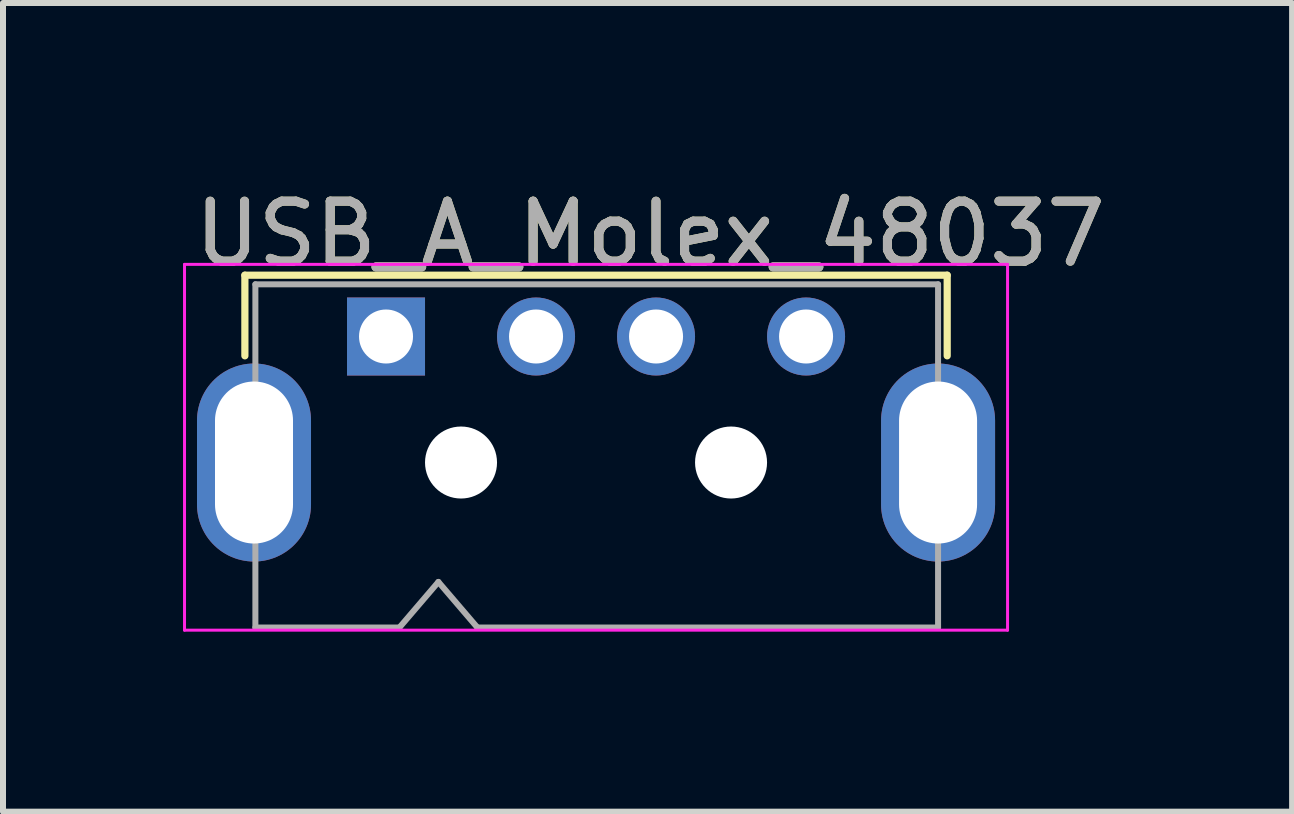
<source format=kicad_pcb>
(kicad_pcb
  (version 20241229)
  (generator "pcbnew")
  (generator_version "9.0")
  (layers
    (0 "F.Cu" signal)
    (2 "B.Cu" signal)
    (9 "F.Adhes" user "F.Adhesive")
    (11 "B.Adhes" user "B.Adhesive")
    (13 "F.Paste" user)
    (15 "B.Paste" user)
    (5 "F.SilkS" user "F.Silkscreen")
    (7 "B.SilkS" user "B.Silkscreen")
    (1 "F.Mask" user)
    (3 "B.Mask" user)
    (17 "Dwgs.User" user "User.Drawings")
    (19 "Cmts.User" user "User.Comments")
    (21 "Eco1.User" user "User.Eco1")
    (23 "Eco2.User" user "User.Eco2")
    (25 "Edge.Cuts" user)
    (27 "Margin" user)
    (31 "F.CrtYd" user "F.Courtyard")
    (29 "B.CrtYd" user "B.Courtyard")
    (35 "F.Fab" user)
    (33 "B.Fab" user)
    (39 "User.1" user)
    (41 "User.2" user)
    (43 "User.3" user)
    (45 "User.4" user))
  (footprint "USB_A_Molex_48037"
    (layer "F.Cu")
    (at 6.883 4.658)
    (property "Reference" "USB_A_Molex_48037" (at 0.904 -3.81 0) (layer "F.SilkS") (effects (font (size 1 1) (thickness 0.15))))
    (attr through_hole)
    (fp_line (start -5.852 -3.122) (end -5.852 -1.778) (stroke (width 0.12) (type solid)) (layer "F.SilkS"))
    (fp_line (start -5.852 -3.122) (end 5.852 -3.122) (stroke (width 0.12) (type solid)) (layer "F.SilkS"))
    (fp_line (start 5.852 -3.122) (end 5.852 -1.778) (stroke (width 0.12) (type solid)) (layer "F.SilkS"))
    (fp_line (start -6.858 -3.302) (end 6.858 -3.302) (stroke (width 0.05) (type solid)) (layer "F.CrtYd"))
    (fp_line (start -6.858 2.794) (end -6.858 -3.302) (stroke (width 0.05) (type solid)) (layer "F.CrtYd"))
    (fp_line (start 6.858 -3.302) (end 6.858 2.794) (stroke (width 0.05) (type solid)) (layer "F.CrtYd"))
    (fp_line (start 6.858 2.794) (end -6.858 2.794) (stroke (width 0.05) (type solid)) (layer "F.CrtYd"))
    (fp_line (start -5.677 -2.97) (end 5.7 -2.97) (stroke (width 0.1) (type solid)) (layer "F.Fab"))
    (fp_line (start -5.677 2.75) (end -5.677 -2.97) (stroke (width 0.1) (type solid)) (layer "F.Fab"))
    (fp_line (start -3.277 2.75) (end -5.677 2.75) (stroke (width 0.1) (type solid)) (layer "F.Fab"))
    (fp_line (start -3.277 2.75) (end -2.627 1.99) (stroke (width 0.1) (type solid)) (layer "F.Fab"))
    (fp_line (start -2.627 1.99) (end -1.977 2.75) (stroke (width 0.1) (type solid)) (layer "F.Fab"))
    (fp_line (start 5.7 -2.97) (end 5.7 2.75) (stroke (width 0.1) (type solid)) (layer "F.Fab"))
    (fp_line (start 5.7 2.75) (end -1.977 2.75) (stroke (width 0.1) (type solid)) (layer "F.Fab"))
    (fp_text user "${REFERENCE}" (at 0.904 -3.81 0) (layer "F.Fab") (effects (font (size 1 1) (thickness 0.15))))
    (pad "" np_thru_hole circle (at -2.25 0) (size 1.2 1.2) (drill 1.2) (layers "*.Cu" "*.Mask"))
    (pad "" np_thru_hole circle (at 2.25 0) (size 1.2 1.2) (drill 1.2) (layers "*.Cu" "*.Mask"))
    (pad "1" thru_hole rect (at -3.5 -2.1) (size 1.3 1.3) (drill 0.9) (layers "*.Cu" "*.Mask"))
    (pad "2" thru_hole circle (at -1 -2.1) (size 1.3 1.3) (drill 0.9) (layers "*.Cu" "*.Mask"))
    (pad "3" thru_hole circle (at 1 -2.1) (size 1.3 1.3) (drill 0.9) (layers "*.Cu" "*.Mask"))
    (pad "4" thru_hole circle (at 3.5 -2.1) (size 1.3 1.3) (drill 0.9) (layers "*.Cu" "*.Mask"))
    (pad "5" thru_hole oval (at -5.7 0 180) (size 1.9 3.3) (drill oval 1.3 2.7) (layers "*.Cu" "*.Mask"))
    (pad "5" thru_hole oval (at 5.7 0) (size 1.9 3.3) (drill oval 1.3 2.7) (layers "*.Cu" "*.Mask")))
  (gr_rect
    (start -3 -3)
    (end 18.483 10.477)
    (stroke (width 0.1) (type default))
    (fill no)
    (layer "Edge.Cuts")))
</source>
